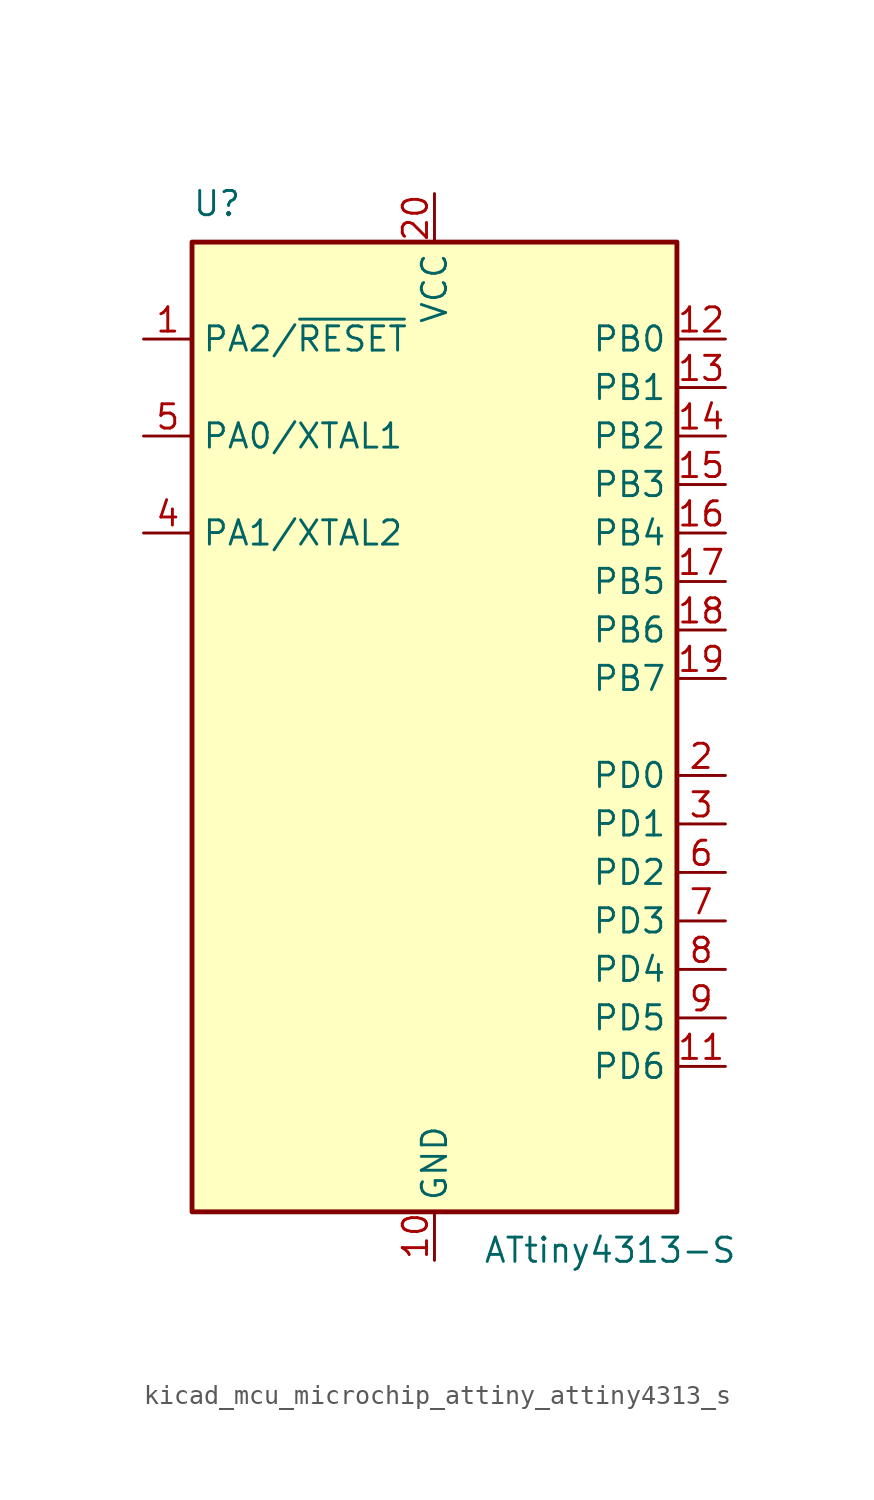
<source format=kicad_sym>
(kicad_symbol_lib
  (version 20220914)
  (generator kicad_symbol_editor)
  (symbol "kicad_mcu_microchip_attiny_attiny4313_s"
    (property "Reference" "U"
      (at -12.7 26.67 0)
      (effects (font (size 1.27 1.27)) (justify left bottom)))
    (property "Value" "ATtiny4313-S"
      (at 2.54 -26.67 0)
      (effects (font (size 1.27 1.27)) (justify left top)))
    (symbol "kicad_mcu_microchip_attiny_attiny4313_s_0_1"
      (rectangle (start -12.7 -25.4) (end 12.7 25.4) (stroke (width 0.254) (type default)) (fill (type background))))
    (symbol "kicad_mcu_microchip_attiny_attiny4313_s_1_1"
      (pin bidirectional line (at -15.24 20.32 0) (length 2.54) (name "PA2/~{RESET}" (effects (font (size 1.27 1.27)))) (number "1" (effects (font (size 1.27 1.27)))))
      (pin power_in line (at 0 -27.94 90) (length 2.54) (name "GND" (effects (font (size 1.27 1.27)))) (number "10" (effects (font (size 1.27 1.27)))))
      (pin bidirectional line (at 15.24 -17.78 180) (length 2.54) (name "PD6" (effects (font (size 1.27 1.27)))) (number "11" (effects (font (size 1.27 1.27)))))
      (pin bidirectional line (at 15.24 20.32 180) (length 2.54) (name "PB0" (effects (font (size 1.27 1.27)))) (number "12" (effects (font (size 1.27 1.27)))))
      (pin bidirectional line (at 15.24 17.78 180) (length 2.54) (name "PB1" (effects (font (size 1.27 1.27)))) (number "13" (effects (font (size 1.27 1.27)))))
      (pin bidirectional line (at 15.24 15.24 180) (length 2.54) (name "PB2" (effects (font (size 1.27 1.27)))) (number "14" (effects (font (size 1.27 1.27)))))
      (pin bidirectional line (at 15.24 12.7 180) (length 2.54) (name "PB3" (effects (font (size 1.27 1.27)))) (number "15" (effects (font (size 1.27 1.27)))))
      (pin bidirectional line (at 15.24 10.16 180) (length 2.54) (name "PB4" (effects (font (size 1.27 1.27)))) (number "16" (effects (font (size 1.27 1.27)))))
      (pin bidirectional line (at 15.24 7.62 180) (length 2.54) (name "PB5" (effects (font (size 1.27 1.27)))) (number "17" (effects (font (size 1.27 1.27)))))
      (pin bidirectional line (at 15.24 5.08 180) (length 2.54) (name "PB6" (effects (font (size 1.27 1.27)))) (number "18" (effects (font (size 1.27 1.27)))))
      (pin bidirectional line (at 15.24 2.54 180) (length 2.54) (name "PB7" (effects (font (size 1.27 1.27)))) (number "19" (effects (font (size 1.27 1.27)))))
      (pin bidirectional line (at 15.24 -2.54 180) (length 2.54) (name "PD0" (effects (font (size 1.27 1.27)))) (number "2" (effects (font (size 1.27 1.27)))))
      (pin power_in line (at 0 27.94 270) (length 2.54) (name "VCC" (effects (font (size 1.27 1.27)))) (number "20" (effects (font (size 1.27 1.27)))))
      (pin bidirectional line (at 15.24 -5.08 180) (length 2.54) (name "PD1" (effects (font (size 1.27 1.27)))) (number "3" (effects (font (size 1.27 1.27)))))
      (pin bidirectional line (at -15.24 10.16 0) (length 2.54) (name "PA1/XTAL2" (effects (font (size 1.27 1.27)))) (number "4" (effects (font (size 1.27 1.27)))))
      (pin bidirectional line (at -15.24 15.24 0) (length 2.54) (name "PA0/XTAL1" (effects (font (size 1.27 1.27)))) (number "5" (effects (font (size 1.27 1.27)))))
      (pin bidirectional line (at 15.24 -7.62 180) (length 2.54) (name "PD2" (effects (font (size 1.27 1.27)))) (number "6" (effects (font (size 1.27 1.27)))))
      (pin bidirectional line (at 15.24 -10.16 180) (length 2.54) (name "PD3" (effects (font (size 1.27 1.27)))) (number "7" (effects (font (size 1.27 1.27)))))
      (pin bidirectional line (at 15.24 -12.7 180) (length 2.54) (name "PD4" (effects (font (size 1.27 1.27)))) (number "8" (effects (font (size 1.27 1.27)))))
      (pin bidirectional line (at 15.24 -15.24 180) (length 2.54) (name "PD5" (effects (font (size 1.27 1.27)))) (number "9" (effects (font (size 1.27 1.27))))))))
</source>
